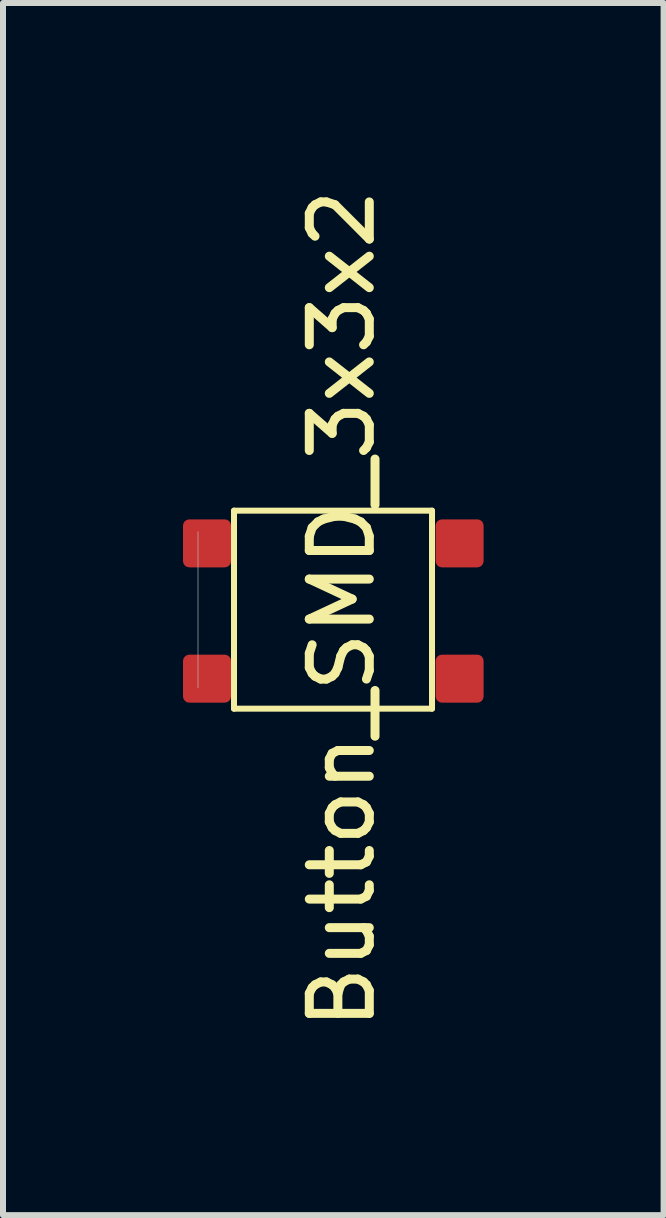
<source format=kicad_pcb>
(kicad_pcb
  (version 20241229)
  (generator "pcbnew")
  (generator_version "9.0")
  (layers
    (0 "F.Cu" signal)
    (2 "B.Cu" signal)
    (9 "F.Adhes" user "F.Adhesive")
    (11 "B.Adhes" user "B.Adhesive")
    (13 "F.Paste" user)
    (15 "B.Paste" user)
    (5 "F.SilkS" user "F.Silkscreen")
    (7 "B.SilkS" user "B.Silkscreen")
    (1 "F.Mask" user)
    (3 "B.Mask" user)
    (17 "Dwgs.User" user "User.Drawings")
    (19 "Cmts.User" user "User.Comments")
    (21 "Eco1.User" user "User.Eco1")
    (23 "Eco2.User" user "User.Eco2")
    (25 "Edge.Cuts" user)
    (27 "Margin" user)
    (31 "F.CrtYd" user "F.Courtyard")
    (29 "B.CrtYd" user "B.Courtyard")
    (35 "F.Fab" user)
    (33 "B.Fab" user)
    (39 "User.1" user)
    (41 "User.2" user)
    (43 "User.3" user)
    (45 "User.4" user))
  (footprint "Button_SMD_3x3x2"
    (layer "F.Cu")
    (at 0.85 5.461)
    (property "Reference" "Button_SMD_3x3x2" (at 1.8 1.64 270) (layer "F.SilkS") (effects (font (size 1 1) (thickness 0.15))))
    (attr smd)
    (fp_line (start 0 0) (end 0 3.3) (stroke (width 0.1) (type default)) (layer "F.SilkS"))
    (fp_line (start 0 0) (end 3.3 0) (stroke (width 0.1) (type default)) (layer "F.SilkS"))
    (fp_line (start 3.3 3.3) (end 0 3.3) (stroke (width 0.1) (type default)) (layer "F.SilkS"))
    (fp_line (start 3.3 3.3) (end 3.3 0) (stroke (width 0.1) (type default)) (layer "F.SilkS"))
    (fp_line (start -0.6 2.95) (end -0.6 0.35) (stroke (width 0.01) (type default)) (layer "Dwgs.User"))
    (pad "1" smd roundrect (at 3.76 0.545) (size 0.8 0.8) (layers "F.Cu" "F.Mask" "F.Paste") (roundrect_rratio 0.131))
    (pad "2" smd roundrect (at -0.45 0.545) (size 0.8 0.8) (layers "F.Cu" "F.Mask" "F.Paste") (roundrect_rratio 0.131))
    (pad "3" smd roundrect (at 3.76 2.8) (size 0.8 0.8) (layers "F.Cu" "F.Mask" "F.Paste") (roundrect_rratio 0.131))
    (pad "4" smd roundrect (at -0.45 2.8) (size 0.8 0.8) (layers "F.Cu" "F.Mask" "F.Paste") (roundrect_rratio 0.131)))
  (gr_rect
    (start -3 -3)
    (end 8.01 17.202)
    (stroke (width 0.1) (type default))
    (fill no)
    (layer "Edge.Cuts")))
</source>
